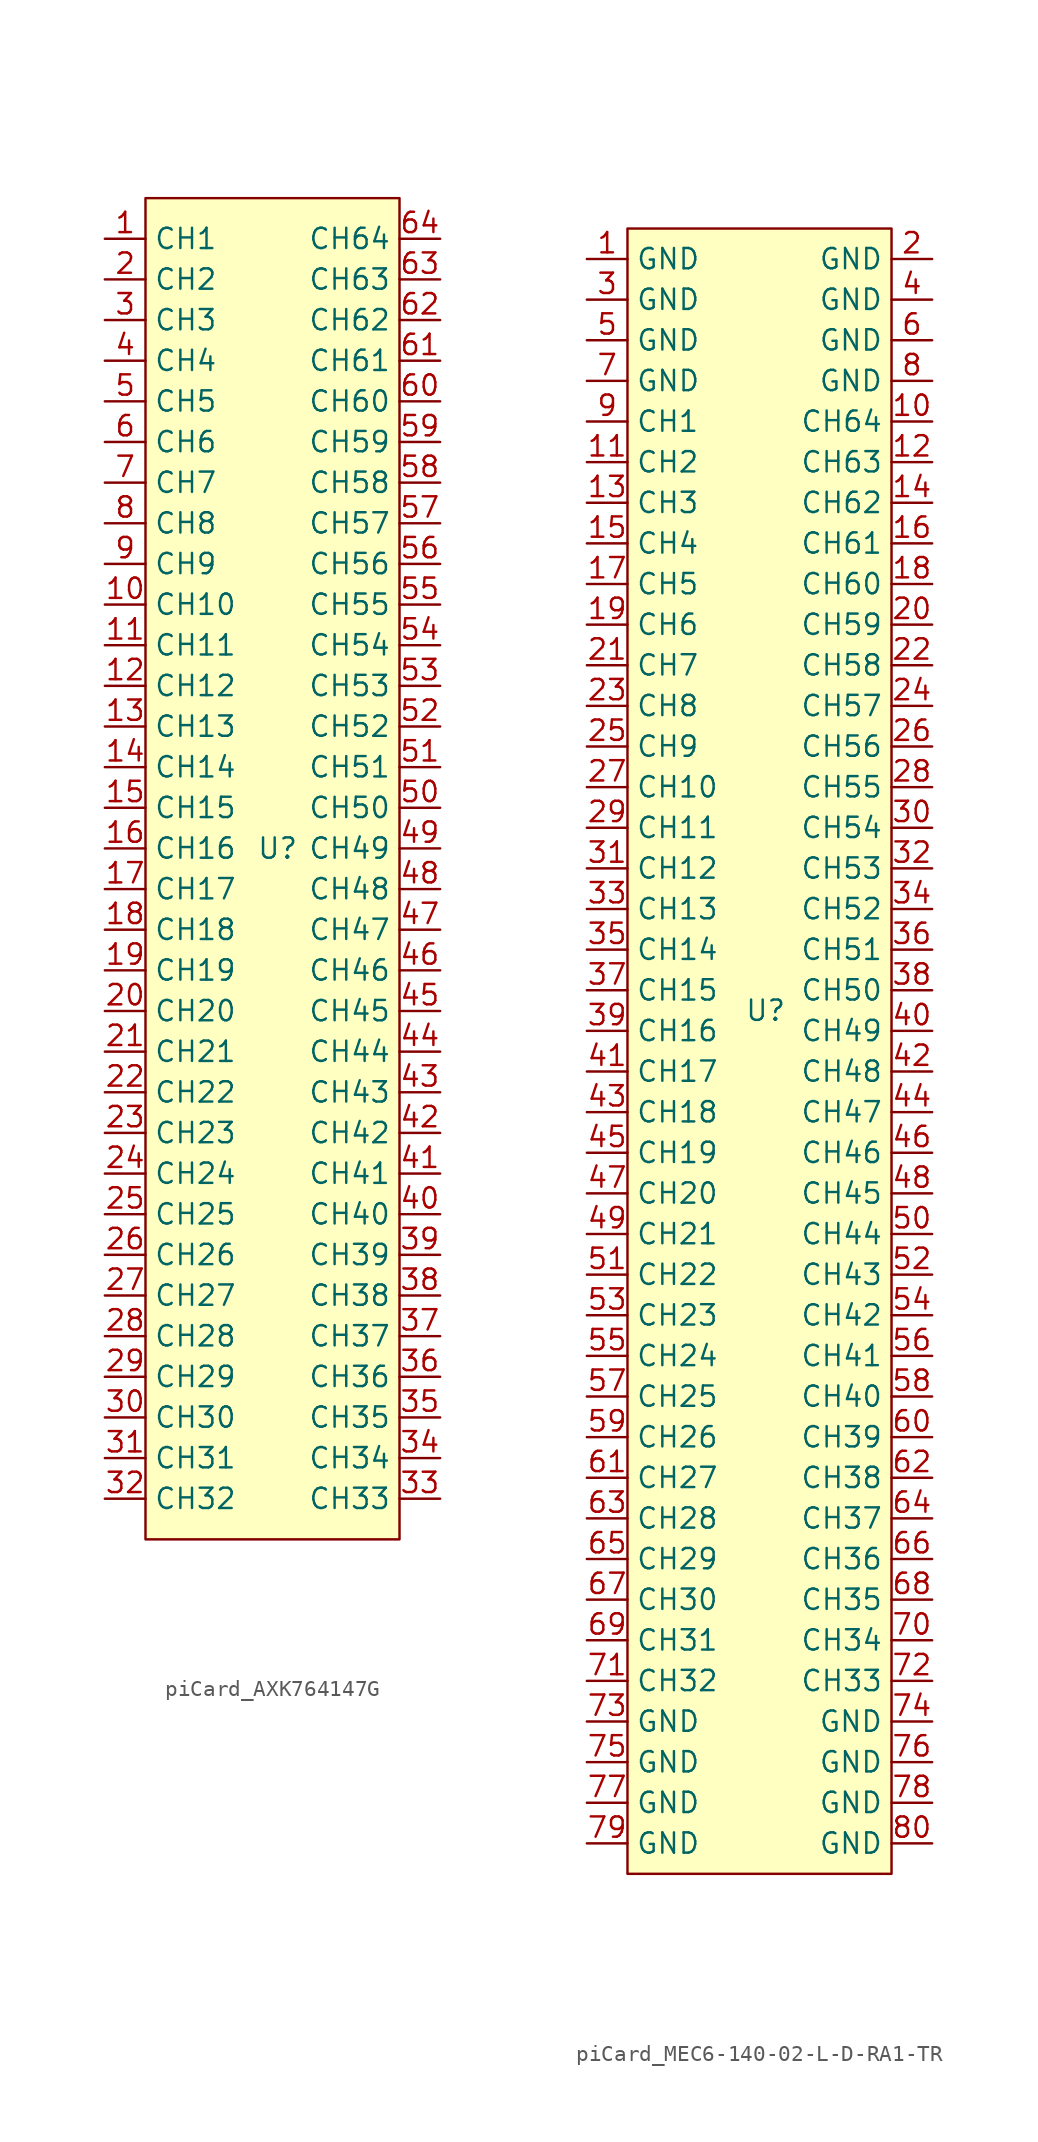
<source format=kicad_sym>
(kicad_symbol_lib
  (version 20220914)
  (generator kicad_symbol_editor)
  (symbol "piCard_AXK764147G"
    (property "Reference" "U"
      (at 0 0 0)
      (effects (font (size 1.27 1.27))))
    (property "Value" ""
      (at -1.27 31.75 0)
      (effects (font (size 1.27 1.27))))
    (symbol "piCard_AXK764147G_1_1"
      (rectangle (start -8.255 40.64) (end 7.62 -43.18) (stroke (width 0) (type default)) (fill (type background)))
      (pin input line (at -10.795 38.1 0) (length 2.54) (name "CH1" (effects (font (size 1.27 1.27)))) (number "1" (effects (font (size 1.27 1.27)))))
      (pin input line (at -10.795 15.24 0) (length 2.54) (name "CH10" (effects (font (size 1.27 1.27)))) (number "10" (effects (font (size 1.27 1.27)))))
      (pin input line (at -10.795 12.7 0) (length 2.54) (name "CH11" (effects (font (size 1.27 1.27)))) (number "11" (effects (font (size 1.27 1.27)))))
      (pin input line (at -10.795 10.16 0) (length 2.54) (name "CH12" (effects (font (size 1.27 1.27)))) (number "12" (effects (font (size 1.27 1.27)))))
      (pin input line (at -10.795 7.62 0) (length 2.54) (name "CH13" (effects (font (size 1.27 1.27)))) (number "13" (effects (font (size 1.27 1.27)))))
      (pin input line (at -10.795 5.08 0) (length 2.54) (name "CH14" (effects (font (size 1.27 1.27)))) (number "14" (effects (font (size 1.27 1.27)))))
      (pin input line (at -10.795 2.54 0) (length 2.54) (name "CH15" (effects (font (size 1.27 1.27)))) (number "15" (effects (font (size 1.27 1.27)))))
      (pin input line (at -10.795 0 0) (length 2.54) (name "CH16" (effects (font (size 1.27 1.27)))) (number "16" (effects (font (size 1.27 1.27)))))
      (pin input line (at -10.795 -2.54 0) (length 2.54) (name "CH17" (effects (font (size 1.27 1.27)))) (number "17" (effects (font (size 1.27 1.27)))))
      (pin input line (at -10.795 -5.08 0) (length 2.54) (name "CH18" (effects (font (size 1.27 1.27)))) (number "18" (effects (font (size 1.27 1.27)))))
      (pin input line (at -10.795 -7.62 0) (length 2.54) (name "CH19" (effects (font (size 1.27 1.27)))) (number "19" (effects (font (size 1.27 1.27)))))
      (pin input line (at -10.795 35.56 0) (length 2.54) (name "CH2" (effects (font (size 1.27 1.27)))) (number "2" (effects (font (size 1.27 1.27)))))
      (pin input line (at -10.795 -10.16 0) (length 2.54) (name "CH20" (effects (font (size 1.27 1.27)))) (number "20" (effects (font (size 1.27 1.27)))))
      (pin input line (at -10.795 -12.7 0) (length 2.54) (name "CH21" (effects (font (size 1.27 1.27)))) (number "21" (effects (font (size 1.27 1.27)))))
      (pin input line (at -10.795 -15.24 0) (length 2.54) (name "CH22" (effects (font (size 1.27 1.27)))) (number "22" (effects (font (size 1.27 1.27)))))
      (pin input line (at -10.795 -17.78 0) (length 2.54) (name "CH23" (effects (font (size 1.27 1.27)))) (number "23" (effects (font (size 1.27 1.27)))))
      (pin input line (at -10.795 -20.32 0) (length 2.54) (name "CH24" (effects (font (size 1.27 1.27)))) (number "24" (effects (font (size 1.27 1.27)))))
      (pin input line (at -10.795 -22.86 0) (length 2.54) (name "CH25" (effects (font (size 1.27 1.27)))) (number "25" (effects (font (size 1.27 1.27)))))
      (pin input line (at -10.795 -25.4 0) (length 2.54) (name "CH26" (effects (font (size 1.27 1.27)))) (number "26" (effects (font (size 1.27 1.27)))))
      (pin input line (at -10.795 -27.94 0) (length 2.54) (name "CH27" (effects (font (size 1.27 1.27)))) (number "27" (effects (font (size 1.27 1.27)))))
      (pin input line (at -10.795 -30.48 0) (length 2.54) (name "CH28" (effects (font (size 1.27 1.27)))) (number "28" (effects (font (size 1.27 1.27)))))
      (pin input line (at -10.795 -33.02 0) (length 2.54) (name "CH29" (effects (font (size 1.27 1.27)))) (number "29" (effects (font (size 1.27 1.27)))))
      (pin input line (at -10.795 33.02 0) (length 2.54) (name "CH3" (effects (font (size 1.27 1.27)))) (number "3" (effects (font (size 1.27 1.27)))))
      (pin input line (at -10.795 -35.56 0) (length 2.54) (name "CH30" (effects (font (size 1.27 1.27)))) (number "30" (effects (font (size 1.27 1.27)))))
      (pin input line (at -10.795 -38.1 0) (length 2.54) (name "CH31" (effects (font (size 1.27 1.27)))) (number "31" (effects (font (size 1.27 1.27)))))
      (pin input line (at -10.795 -40.64 0) (length 2.54) (name "CH32" (effects (font (size 1.27 1.27)))) (number "32" (effects (font (size 1.27 1.27)))))
      (pin input line (at 10.16 -40.64 180) (length 2.54) (name "CH33" (effects (font (size 1.27 1.27)))) (number "33" (effects (font (size 1.27 1.27)))))
      (pin input line (at 10.16 -38.1 180) (length 2.54) (name "CH34" (effects (font (size 1.27 1.27)))) (number "34" (effects (font (size 1.27 1.27)))))
      (pin input line (at 10.16 -35.56 180) (length 2.54) (name "CH35" (effects (font (size 1.27 1.27)))) (number "35" (effects (font (size 1.27 1.27)))))
      (pin input line (at 10.16 -33.02 180) (length 2.54) (name "CH36" (effects (font (size 1.27 1.27)))) (number "36" (effects (font (size 1.27 1.27)))))
      (pin input line (at 10.16 -30.48 180) (length 2.54) (name "CH37" (effects (font (size 1.27 1.27)))) (number "37" (effects (font (size 1.27 1.27)))))
      (pin input line (at 10.16 -27.94 180) (length 2.54) (name "CH38" (effects (font (size 1.27 1.27)))) (number "38" (effects (font (size 1.27 1.27)))))
      (pin input line (at 10.16 -25.4 180) (length 2.54) (name "CH39" (effects (font (size 1.27 1.27)))) (number "39" (effects (font (size 1.27 1.27)))))
      (pin input line (at -10.795 30.48 0) (length 2.54) (name "CH4" (effects (font (size 1.27 1.27)))) (number "4" (effects (font (size 1.27 1.27)))))
      (pin input line (at 10.16 -22.86 180) (length 2.54) (name "CH40" (effects (font (size 1.27 1.27)))) (number "40" (effects (font (size 1.27 1.27)))))
      (pin input line (at 10.16 -20.32 180) (length 2.54) (name "CH41" (effects (font (size 1.27 1.27)))) (number "41" (effects (font (size 1.27 1.27)))))
      (pin input line (at 10.16 -17.78 180) (length 2.54) (name "CH42" (effects (font (size 1.27 1.27)))) (number "42" (effects (font (size 1.27 1.27)))))
      (pin input line (at 10.16 -15.24 180) (length 2.54) (name "CH43" (effects (font (size 1.27 1.27)))) (number "43" (effects (font (size 1.27 1.27)))))
      (pin input line (at 10.16 -12.7 180) (length 2.54) (name "CH44" (effects (font (size 1.27 1.27)))) (number "44" (effects (font (size 1.27 1.27)))))
      (pin input line (at 10.16 -10.16 180) (length 2.54) (name "CH45" (effects (font (size 1.27 1.27)))) (number "45" (effects (font (size 1.27 1.27)))))
      (pin input line (at 10.16 -7.62 180) (length 2.54) (name "CH46" (effects (font (size 1.27 1.27)))) (number "46" (effects (font (size 1.27 1.27)))))
      (pin input line (at 10.16 -5.08 180) (length 2.54) (name "CH47" (effects (font (size 1.27 1.27)))) (number "47" (effects (font (size 1.27 1.27)))))
      (pin input line (at 10.16 -2.54 180) (length 2.54) (name "CH48" (effects (font (size 1.27 1.27)))) (number "48" (effects (font (size 1.27 1.27)))))
      (pin input line (at 10.16 0 180) (length 2.54) (name "CH49" (effects (font (size 1.27 1.27)))) (number "49" (effects (font (size 1.27 1.27)))))
      (pin input line (at -10.795 27.94 0) (length 2.54) (name "CH5" (effects (font (size 1.27 1.27)))) (number "5" (effects (font (size 1.27 1.27)))))
      (pin input line (at 10.16 2.54 180) (length 2.54) (name "CH50" (effects (font (size 1.27 1.27)))) (number "50" (effects (font (size 1.27 1.27)))))
      (pin input line (at 10.16 5.08 180) (length 2.54) (name "CH51" (effects (font (size 1.27 1.27)))) (number "51" (effects (font (size 1.27 1.27)))))
      (pin input line (at 10.16 7.62 180) (length 2.54) (name "CH52" (effects (font (size 1.27 1.27)))) (number "52" (effects (font (size 1.27 1.27)))))
      (pin input line (at 10.16 10.16 180) (length 2.54) (name "CH53" (effects (font (size 1.27 1.27)))) (number "53" (effects (font (size 1.27 1.27)))))
      (pin input line (at 10.16 12.7 180) (length 2.54) (name "CH54" (effects (font (size 1.27 1.27)))) (number "54" (effects (font (size 1.27 1.27)))))
      (pin input line (at 10.16 15.24 180) (length 2.54) (name "CH55" (effects (font (size 1.27 1.27)))) (number "55" (effects (font (size 1.27 1.27)))))
      (pin input line (at 10.16 17.78 180) (length 2.54) (name "CH56" (effects (font (size 1.27 1.27)))) (number "56" (effects (font (size 1.27 1.27)))))
      (pin input line (at 10.16 20.32 180) (length 2.54) (name "CH57" (effects (font (size 1.27 1.27)))) (number "57" (effects (font (size 1.27 1.27)))))
      (pin input line (at 10.16 22.86 180) (length 2.54) (name "CH58" (effects (font (size 1.27 1.27)))) (number "58" (effects (font (size 1.27 1.27)))))
      (pin input line (at 10.16 25.4 180) (length 2.54) (name "CH59" (effects (font (size 1.27 1.27)))) (number "59" (effects (font (size 1.27 1.27)))))
      (pin input line (at -10.795 25.4 0) (length 2.54) (name "CH6" (effects (font (size 1.27 1.27)))) (number "6" (effects (font (size 1.27 1.27)))))
      (pin input line (at 10.16 27.94 180) (length 2.54) (name "CH60" (effects (font (size 1.27 1.27)))) (number "60" (effects (font (size 1.27 1.27)))))
      (pin input line (at 10.16 30.48 180) (length 2.54) (name "CH61" (effects (font (size 1.27 1.27)))) (number "61" (effects (font (size 1.27 1.27)))))
      (pin input line (at 10.16 33.02 180) (length 2.54) (name "CH62" (effects (font (size 1.27 1.27)))) (number "62" (effects (font (size 1.27 1.27)))))
      (pin input line (at 10.16 35.56 180) (length 2.54) (name "CH63" (effects (font (size 1.27 1.27)))) (number "63" (effects (font (size 1.27 1.27)))))
      (pin input line (at 10.16 38.1 180) (length 2.54) (name "CH64" (effects (font (size 1.27 1.27)))) (number "64" (effects (font (size 1.27 1.27)))))
      (pin input line (at -10.795 22.86 0) (length 2.54) (name "CH7" (effects (font (size 1.27 1.27)))) (number "7" (effects (font (size 1.27 1.27)))))
      (pin input line (at -10.795 20.32 0) (length 2.54) (name "CH8" (effects (font (size 1.27 1.27)))) (number "8" (effects (font (size 1.27 1.27)))))
      (pin input line (at -10.795 17.78 0) (length 2.54) (name "CH9" (effects (font (size 1.27 1.27)))) (number "9" (effects (font (size 1.27 1.27)))))))
  (symbol "piCard_MEC6-140-02-L-D-RA1-TR"
    (property "Reference" "U"
      (at 0.508 2.54 0)
      (effects (font (size 1.27 1.27))))
    (property "Value" ""
      (at -0.127 8.255 0)
      (effects (font (size 1.27 1.27))))
    (symbol "piCard_MEC6-140-02-L-D-RA1-TR_1_1"
      (rectangle (start -8.128 51.435) (end 8.382 -51.435) (stroke (width 0) (type default)) (fill (type background)))
      (pin input line (at -10.668 49.53 0) (length 2.54) (name "GND" (effects (font (size 1.27 1.27)))) (number "1" (effects (font (size 1.27 1.27)))))
      (pin input line (at 10.922 39.37 180) (length 2.54) (name "CH64" (effects (font (size 1.27 1.27)))) (number "10" (effects (font (size 1.27 1.27)))))
      (pin input line (at -10.668 36.83 0) (length 2.54) (name "CH2" (effects (font (size 1.27 1.27)))) (number "11" (effects (font (size 1.27 1.27)))))
      (pin input line (at 10.922 36.83 180) (length 2.54) (name "CH63" (effects (font (size 1.27 1.27)))) (number "12" (effects (font (size 1.27 1.27)))))
      (pin input line (at -10.668 34.29 0) (length 2.54) (name "CH3" (effects (font (size 1.27 1.27)))) (number "13" (effects (font (size 1.27 1.27)))))
      (pin input line (at 10.922 34.29 180) (length 2.54) (name "CH62" (effects (font (size 1.27 1.27)))) (number "14" (effects (font (size 1.27 1.27)))))
      (pin input line (at -10.668 31.75 0) (length 2.54) (name "CH4" (effects (font (size 1.27 1.27)))) (number "15" (effects (font (size 1.27 1.27)))))
      (pin input line (at 10.922 31.75 180) (length 2.54) (name "CH61" (effects (font (size 1.27 1.27)))) (number "16" (effects (font (size 1.27 1.27)))))
      (pin input line (at -10.668 29.21 0) (length 2.54) (name "CH5" (effects (font (size 1.27 1.27)))) (number "17" (effects (font (size 1.27 1.27)))))
      (pin input line (at 10.922 29.21 180) (length 2.54) (name "CH60" (effects (font (size 1.27 1.27)))) (number "18" (effects (font (size 1.27 1.27)))))
      (pin input line (at -10.668 26.67 0) (length 2.54) (name "CH6" (effects (font (size 1.27 1.27)))) (number "19" (effects (font (size 1.27 1.27)))))
      (pin input line (at 10.922 49.53 180) (length 2.54) (name "GND" (effects (font (size 1.27 1.27)))) (number "2" (effects (font (size 1.27 1.27)))))
      (pin input line (at 10.922 26.67 180) (length 2.54) (name "CH59" (effects (font (size 1.27 1.27)))) (number "20" (effects (font (size 1.27 1.27)))))
      (pin input line (at -10.668 24.13 0) (length 2.54) (name "CH7" (effects (font (size 1.27 1.27)))) (number "21" (effects (font (size 1.27 1.27)))))
      (pin input line (at 10.922 24.13 180) (length 2.54) (name "CH58" (effects (font (size 1.27 1.27)))) (number "22" (effects (font (size 1.27 1.27)))))
      (pin input line (at -10.668 21.59 0) (length 2.54) (name "CH8" (effects (font (size 1.27 1.27)))) (number "23" (effects (font (size 1.27 1.27)))))
      (pin input line (at 10.922 21.59 180) (length 2.54) (name "CH57" (effects (font (size 1.27 1.27)))) (number "24" (effects (font (size 1.27 1.27)))))
      (pin input line (at -10.668 19.05 0) (length 2.54) (name "CH9" (effects (font (size 1.27 1.27)))) (number "25" (effects (font (size 1.27 1.27)))))
      (pin input line (at 10.922 19.05 180) (length 2.54) (name "CH56" (effects (font (size 1.27 1.27)))) (number "26" (effects (font (size 1.27 1.27)))))
      (pin input line (at -10.668 16.51 0) (length 2.54) (name "CH10" (effects (font (size 1.27 1.27)))) (number "27" (effects (font (size 1.27 1.27)))))
      (pin input line (at 10.922 16.51 180) (length 2.54) (name "CH55" (effects (font (size 1.27 1.27)))) (number "28" (effects (font (size 1.27 1.27)))))
      (pin input line (at -10.668 13.97 0) (length 2.54) (name "CH11" (effects (font (size 1.27 1.27)))) (number "29" (effects (font (size 1.27 1.27)))))
      (pin input line (at -10.668 46.99 0) (length 2.54) (name "GND" (effects (font (size 1.27 1.27)))) (number "3" (effects (font (size 1.27 1.27)))))
      (pin input line (at 10.922 13.97 180) (length 2.54) (name "CH54" (effects (font (size 1.27 1.27)))) (number "30" (effects (font (size 1.27 1.27)))))
      (pin input line (at -10.668 11.43 0) (length 2.54) (name "CH12" (effects (font (size 1.27 1.27)))) (number "31" (effects (font (size 1.27 1.27)))))
      (pin input line (at 10.922 11.43 180) (length 2.54) (name "CH53" (effects (font (size 1.27 1.27)))) (number "32" (effects (font (size 1.27 1.27)))))
      (pin input line (at -10.668 8.89 0) (length 2.54) (name "CH13" (effects (font (size 1.27 1.27)))) (number "33" (effects (font (size 1.27 1.27)))))
      (pin input line (at 10.922 8.89 180) (length 2.54) (name "CH52" (effects (font (size 1.27 1.27)))) (number "34" (effects (font (size 1.27 1.27)))))
      (pin input line (at -10.668 6.35 0) (length 2.54) (name "CH14" (effects (font (size 1.27 1.27)))) (number "35" (effects (font (size 1.27 1.27)))))
      (pin input line (at 10.922 6.35 180) (length 2.54) (name "CH51" (effects (font (size 1.27 1.27)))) (number "36" (effects (font (size 1.27 1.27)))))
      (pin input line (at -10.668 3.81 0) (length 2.54) (name "CH15" (effects (font (size 1.27 1.27)))) (number "37" (effects (font (size 1.27 1.27)))))
      (pin input line (at 10.922 3.81 180) (length 2.54) (name "CH50" (effects (font (size 1.27 1.27)))) (number "38" (effects (font (size 1.27 1.27)))))
      (pin input line (at -10.668 1.27 0) (length 2.54) (name "CH16" (effects (font (size 1.27 1.27)))) (number "39" (effects (font (size 1.27 1.27)))))
      (pin input line (at 10.922 46.99 180) (length 2.54) (name "GND" (effects (font (size 1.27 1.27)))) (number "4" (effects (font (size 1.27 1.27)))))
      (pin input line (at 10.922 1.27 180) (length 2.54) (name "CH49" (effects (font (size 1.27 1.27)))) (number "40" (effects (font (size 1.27 1.27)))))
      (pin input line (at -10.668 -1.27 0) (length 2.54) (name "CH17" (effects (font (size 1.27 1.27)))) (number "41" (effects (font (size 1.27 1.27)))))
      (pin input line (at 10.922 -1.27 180) (length 2.54) (name "CH48" (effects (font (size 1.27 1.27)))) (number "42" (effects (font (size 1.27 1.27)))))
      (pin input line (at -10.668 -3.81 0) (length 2.54) (name "CH18" (effects (font (size 1.27 1.27)))) (number "43" (effects (font (size 1.27 1.27)))))
      (pin input line (at 10.922 -3.81 180) (length 2.54) (name "CH47" (effects (font (size 1.27 1.27)))) (number "44" (effects (font (size 1.27 1.27)))))
      (pin input line (at -10.668 -6.35 0) (length 2.54) (name "CH19" (effects (font (size 1.27 1.27)))) (number "45" (effects (font (size 1.27 1.27)))))
      (pin input line (at 10.922 -6.35 180) (length 2.54) (name "CH46" (effects (font (size 1.27 1.27)))) (number "46" (effects (font (size 1.27 1.27)))))
      (pin input line (at -10.668 -8.89 0) (length 2.54) (name "CH20" (effects (font (size 1.27 1.27)))) (number "47" (effects (font (size 1.27 1.27)))))
      (pin input line (at 10.922 -8.89 180) (length 2.54) (name "CH45" (effects (font (size 1.27 1.27)))) (number "48" (effects (font (size 1.27 1.27)))))
      (pin input line (at -10.668 -11.43 0) (length 2.54) (name "CH21" (effects (font (size 1.27 1.27)))) (number "49" (effects (font (size 1.27 1.27)))))
      (pin input line (at -10.668 44.45 0) (length 2.54) (name "GND" (effects (font (size 1.27 1.27)))) (number "5" (effects (font (size 1.27 1.27)))))
      (pin input line (at 10.922 -11.43 180) (length 2.54) (name "CH44" (effects (font (size 1.27 1.27)))) (number "50" (effects (font (size 1.27 1.27)))))
      (pin input line (at -10.668 -13.97 0) (length 2.54) (name "CH22" (effects (font (size 1.27 1.27)))) (number "51" (effects (font (size 1.27 1.27)))))
      (pin input line (at 10.922 -13.97 180) (length 2.54) (name "CH43" (effects (font (size 1.27 1.27)))) (number "52" (effects (font (size 1.27 1.27)))))
      (pin input line (at -10.668 -16.51 0) (length 2.54) (name "CH23" (effects (font (size 1.27 1.27)))) (number "53" (effects (font (size 1.27 1.27)))))
      (pin input line (at 10.922 -16.51 180) (length 2.54) (name "CH42" (effects (font (size 1.27 1.27)))) (number "54" (effects (font (size 1.27 1.27)))))
      (pin input line (at -10.668 -19.05 0) (length 2.54) (name "CH24" (effects (font (size 1.27 1.27)))) (number "55" (effects (font (size 1.27 1.27)))))
      (pin input line (at 10.922 -19.05 180) (length 2.54) (name "CH41" (effects (font (size 1.27 1.27)))) (number "56" (effects (font (size 1.27 1.27)))))
      (pin input line (at -10.668 -21.59 0) (length 2.54) (name "CH25" (effects (font (size 1.27 1.27)))) (number "57" (effects (font (size 1.27 1.27)))))
      (pin input line (at 10.922 -21.59 180) (length 2.54) (name "CH40" (effects (font (size 1.27 1.27)))) (number "58" (effects (font (size 1.27 1.27)))))
      (pin input line (at -10.668 -24.13 0) (length 2.54) (name "CH26" (effects (font (size 1.27 1.27)))) (number "59" (effects (font (size 1.27 1.27)))))
      (pin input line (at 10.922 44.45 180) (length 2.54) (name "GND" (effects (font (size 1.27 1.27)))) (number "6" (effects (font (size 1.27 1.27)))))
      (pin input line (at 10.922 -24.13 180) (length 2.54) (name "CH39" (effects (font (size 1.27 1.27)))) (number "60" (effects (font (size 1.27 1.27)))))
      (pin input line (at -10.668 -26.67 0) (length 2.54) (name "CH27" (effects (font (size 1.27 1.27)))) (number "61" (effects (font (size 1.27 1.27)))))
      (pin input line (at 10.922 -26.67 180) (length 2.54) (name "CH38" (effects (font (size 1.27 1.27)))) (number "62" (effects (font (size 1.27 1.27)))))
      (pin input line (at -10.668 -29.21 0) (length 2.54) (name "CH28" (effects (font (size 1.27 1.27)))) (number "63" (effects (font (size 1.27 1.27)))))
      (pin input line (at 10.922 -29.21 180) (length 2.54) (name "CH37" (effects (font (size 1.27 1.27)))) (number "64" (effects (font (size 1.27 1.27)))))
      (pin input line (at -10.668 -31.75 0) (length 2.54) (name "CH29" (effects (font (size 1.27 1.27)))) (number "65" (effects (font (size 1.27 1.27)))))
      (pin input line (at 10.922 -31.75 180) (length 2.54) (name "CH36" (effects (font (size 1.27 1.27)))) (number "66" (effects (font (size 1.27 1.27)))))
      (pin input line (at -10.668 -34.29 0) (length 2.54) (name "CH30" (effects (font (size 1.27 1.27)))) (number "67" (effects (font (size 1.27 1.27)))))
      (pin input line (at 10.922 -34.29 180) (length 2.54) (name "CH35" (effects (font (size 1.27 1.27)))) (number "68" (effects (font (size 1.27 1.27)))))
      (pin input line (at -10.668 -36.83 0) (length 2.54) (name "CH31" (effects (font (size 1.27 1.27)))) (number "69" (effects (font (size 1.27 1.27)))))
      (pin input line (at -10.668 41.91 0) (length 2.54) (name "GND" (effects (font (size 1.27 1.27)))) (number "7" (effects (font (size 1.27 1.27)))))
      (pin input line (at 10.922 -36.83 180) (length 2.54) (name "CH34" (effects (font (size 1.27 1.27)))) (number "70" (effects (font (size 1.27 1.27)))))
      (pin input line (at -10.668 -39.37 0) (length 2.54) (name "CH32" (effects (font (size 1.27 1.27)))) (number "71" (effects (font (size 1.27 1.27)))))
      (pin input line (at 10.922 -39.37 180) (length 2.54) (name "CH33" (effects (font (size 1.27 1.27)))) (number "72" (effects (font (size 1.27 1.27)))))
      (pin input line (at -10.668 -41.91 0) (length 2.54) (name "GND" (effects (font (size 1.27 1.27)))) (number "73" (effects (font (size 1.27 1.27)))))
      (pin input line (at 10.922 -41.91 180) (length 2.54) (name "GND" (effects (font (size 1.27 1.27)))) (number "74" (effects (font (size 1.27 1.27)))))
      (pin input line (at -10.668 -44.45 0) (length 2.54) (name "GND" (effects (font (size 1.27 1.27)))) (number "75" (effects (font (size 1.27 1.27)))))
      (pin input line (at 10.922 -44.45 180) (length 2.54) (name "GND" (effects (font (size 1.27 1.27)))) (number "76" (effects (font (size 1.27 1.27)))))
      (pin input line (at -10.668 -46.99 0) (length 2.54) (name "GND" (effects (font (size 1.27 1.27)))) (number "77" (effects (font (size 1.27 1.27)))))
      (pin input line (at 10.922 -46.99 180) (length 2.54) (name "GND" (effects (font (size 1.27 1.27)))) (number "78" (effects (font (size 1.27 1.27)))))
      (pin input line (at -10.668 -49.53 0) (length 2.54) (name "GND" (effects (font (size 1.27 1.27)))) (number "79" (effects (font (size 1.27 1.27)))))
      (pin input line (at 10.922 41.91 180) (length 2.54) (name "GND" (effects (font (size 1.27 1.27)))) (number "8" (effects (font (size 1.27 1.27)))))
      (pin input line (at 10.922 -49.53 180) (length 2.54) (name "GND" (effects (font (size 1.27 1.27)))) (number "80" (effects (font (size 1.27 1.27)))))
      (pin input line (at -10.668 39.37 0) (length 2.54) (name "CH1" (effects (font (size 1.27 1.27)))) (number "9" (effects (font (size 1.27 1.27))))))))
</source>
